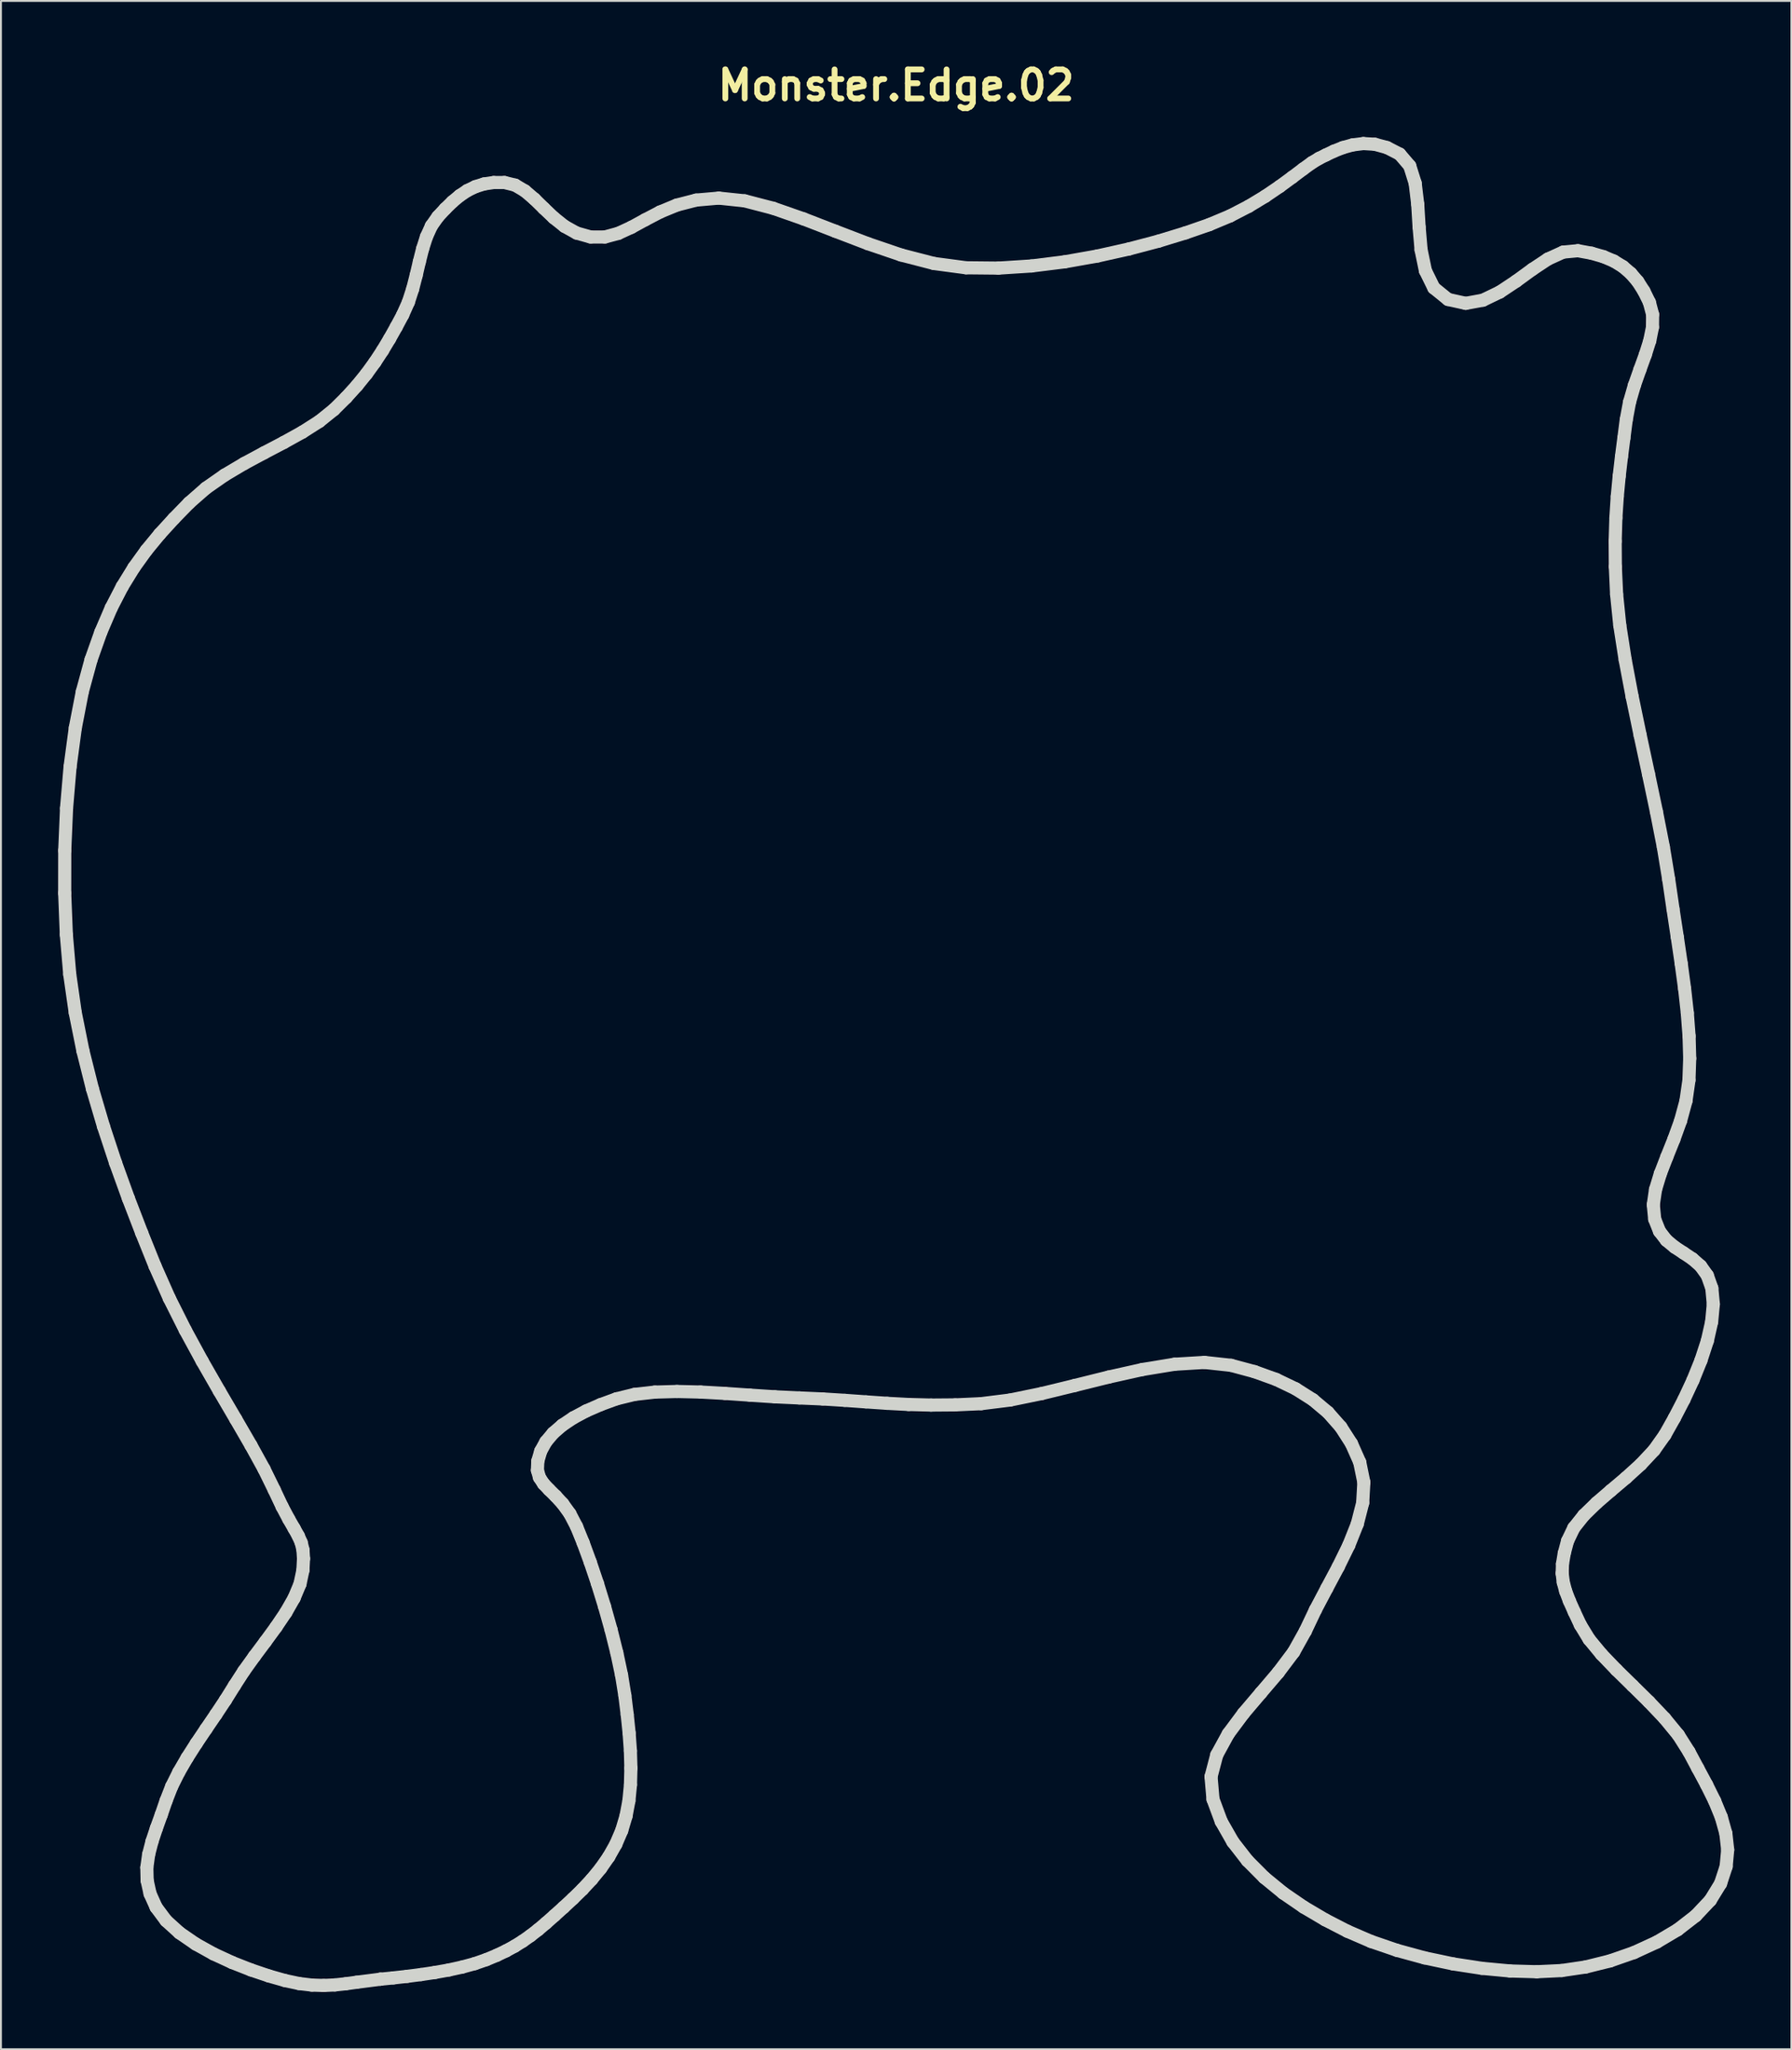
<source format=kicad_pcb>
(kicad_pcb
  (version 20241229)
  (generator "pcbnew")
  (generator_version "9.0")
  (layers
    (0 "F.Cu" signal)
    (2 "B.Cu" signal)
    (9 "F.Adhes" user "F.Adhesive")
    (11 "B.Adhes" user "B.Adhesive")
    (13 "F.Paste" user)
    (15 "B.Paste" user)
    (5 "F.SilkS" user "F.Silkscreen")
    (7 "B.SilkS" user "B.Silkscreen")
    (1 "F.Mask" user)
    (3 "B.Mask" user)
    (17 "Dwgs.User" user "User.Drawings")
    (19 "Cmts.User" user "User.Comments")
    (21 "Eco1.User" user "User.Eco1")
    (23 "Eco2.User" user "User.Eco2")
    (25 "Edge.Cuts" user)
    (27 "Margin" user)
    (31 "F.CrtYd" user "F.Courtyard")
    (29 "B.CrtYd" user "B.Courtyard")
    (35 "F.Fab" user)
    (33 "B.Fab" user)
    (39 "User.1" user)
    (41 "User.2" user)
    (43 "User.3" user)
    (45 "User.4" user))
  (footprint "Monster.Edge.02"
    (layer "F.Cu")
    (at 43.983 52.8)
    (property "Reference" "Monster.Edge.02" (at 0 -51.373 0) (layer "F.SilkS") (effects (font (size 1.524 1.524) (thickness 0.305))))
    (attr smd)
    (fp_line (start -43.638 -8.994) (end -43.551 -6.812) (stroke (width 0.689) (type solid)) (layer "Edge.Cuts"))
    (fp_line (start -43.635 -11.223) (end -43.638 -8.994) (stroke (width 0.689) (type solid)) (layer "Edge.Cuts"))
    (fp_line (start -43.551 -6.812) (end -43.372 -4.73) (stroke (width 0.689) (type solid)) (layer "Edge.Cuts"))
    (fp_line (start -43.54 -13.447) (end -43.635 -11.223) (stroke (width 0.689) (type solid)) (layer "Edge.Cuts"))
    (fp_line (start -43.372 -4.73) (end -43.083 -2.716) (stroke (width 0.689) (type solid)) (layer "Edge.Cuts"))
    (fp_line (start -43.355 -15.613) (end -43.54 -13.447) (stroke (width 0.689) (type solid)) (layer "Edge.Cuts"))
    (fp_line (start -43.083 -2.716) (end -42.679 -0.708) (stroke (width 0.689) (type solid)) (layer "Edge.Cuts"))
    (fp_line (start -43.079 -17.668) (end -43.355 -15.613) (stroke (width 0.689) (type solid)) (layer "Edge.Cuts"))
    (fp_line (start -42.712 -19.56) (end -43.079 -17.668) (stroke (width 0.689) (type solid)) (layer "Edge.Cuts"))
    (fp_line (start -42.679 -0.708) (end -42.18 1.282) (stroke (width 0.689) (type solid)) (layer "Edge.Cuts"))
    (fp_line (start -42.255 -21.236) (end -42.712 -19.56) (stroke (width 0.689) (type solid)) (layer "Edge.Cuts"))
    (fp_line (start -42.18 1.282) (end -41.602 3.243) (stroke (width 0.689) (type solid)) (layer "Edge.Cuts"))
    (fp_line (start -41.74 -22.686) (end -42.255 -21.236) (stroke (width 0.689) (type solid)) (layer "Edge.Cuts"))
    (fp_line (start -41.602 3.243) (end -40.967 5.165) (stroke (width 0.689) (type solid)) (layer "Edge.Cuts"))
    (fp_line (start -41.195 -23.956) (end -41.74 -22.686) (stroke (width 0.689) (type solid)) (layer "Edge.Cuts"))
    (fp_line (start -40.967 5.165) (end -40.291 7.035) (stroke (width 0.689) (type solid)) (layer "Edge.Cuts"))
    (fp_line (start -40.618 -25.074) (end -41.195 -23.956) (stroke (width 0.689) (type solid)) (layer "Edge.Cuts"))
    (fp_line (start -40.291 7.035) (end -39.595 8.842) (stroke (width 0.689) (type solid)) (layer "Edge.Cuts"))
    (fp_line (start -40.003 -26.073) (end -40.618 -25.074) (stroke (width 0.689) (type solid)) (layer "Edge.Cuts"))
    (fp_line (start -39.595 8.842) (end -38.897 10.577) (stroke (width 0.689) (type solid)) (layer "Edge.Cuts"))
    (fp_line (start -39.349 -26.981) (end -40.003 -26.073) (stroke (width 0.689) (type solid)) (layer "Edge.Cuts"))
    (fp_line (start -39.326 42.134) (end -39.31 42.818) (stroke (width 0.689) (type solid)) (layer "Edge.Cuts"))
    (fp_line (start -39.31 42.818) (end -39.156 43.512) (stroke (width 0.689) (type solid)) (layer "Edge.Cuts"))
    (fp_line (start -39.232 41.453) (end -39.326 42.134) (stroke (width 0.689) (type solid)) (layer "Edge.Cuts"))
    (fp_line (start -39.156 43.512) (end -38.836 44.224) (stroke (width 0.689) (type solid)) (layer "Edge.Cuts"))
    (fp_line (start -39.056 40.77) (end -39.232 41.453) (stroke (width 0.689) (type solid)) (layer "Edge.Cuts"))
    (fp_line (start -38.897 10.577) (end -38.146 12.268) (stroke (width 0.689) (type solid)) (layer "Edge.Cuts"))
    (fp_line (start -38.836 44.224) (end -38.316 44.921) (stroke (width 0.689) (type solid)) (layer "Edge.Cuts"))
    (fp_line (start -38.826 40.077) (end -39.056 40.77) (stroke (width 0.689) (type solid)) (layer "Edge.Cuts"))
    (fp_line (start -38.651 -27.828) (end -39.349 -26.981) (stroke (width 0.689) (type solid)) (layer "Edge.Cuts"))
    (fp_line (start -38.57 39.367) (end -38.826 40.077) (stroke (width 0.689) (type solid)) (layer "Edge.Cuts"))
    (fp_line (start -38.317 38.633) (end -38.57 39.367) (stroke (width 0.689) (type solid)) (layer "Edge.Cuts"))
    (fp_line (start -38.316 44.921) (end -37.609 45.562) (stroke (width 0.689) (type solid)) (layer "Edge.Cuts"))
    (fp_line (start -38.146 12.268) (end -37.307 13.939) (stroke (width 0.689) (type solid)) (layer "Edge.Cuts"))
    (fp_line (start -38.025 37.884) (end -38.317 38.633) (stroke (width 0.689) (type solid)) (layer "Edge.Cuts"))
    (fp_line (start -37.904 -28.646) (end -38.651 -27.828) (stroke (width 0.689) (type solid)) (layer "Edge.Cuts"))
    (fp_line (start -37.65 37.131) (end -38.025 37.884) (stroke (width 0.689) (type solid)) (layer "Edge.Cuts"))
    (fp_line (start -37.609 45.562) (end -36.763 46.145) (stroke (width 0.689) (type solid)) (layer "Edge.Cuts"))
    (fp_line (start -37.307 13.939) (end -36.42 15.568) (stroke (width 0.689) (type solid)) (layer "Edge.Cuts"))
    (fp_line (start -37.211 36.375) (end -37.65 37.131) (stroke (width 0.689) (type solid)) (layer "Edge.Cuts"))
    (fp_line (start -37.107 -29.464) (end -37.904 -28.646) (stroke (width 0.689) (type solid)) (layer "Edge.Cuts"))
    (fp_line (start -36.763 46.145) (end -35.825 46.666) (stroke (width 0.689) (type solid)) (layer "Edge.Cuts"))
    (fp_line (start -36.727 35.618) (end -37.211 36.375) (stroke (width 0.689) (type solid)) (layer "Edge.Cuts"))
    (fp_line (start -36.42 15.568) (end -35.523 17.133) (stroke (width 0.689) (type solid)) (layer "Edge.Cuts"))
    (fp_line (start -36.224 -30.238) (end -37.107 -29.464) (stroke (width 0.689) (type solid)) (layer "Edge.Cuts"))
    (fp_line (start -36.217 34.86) (end -36.727 35.618) (stroke (width 0.689) (type solid)) (layer "Edge.Cuts"))
    (fp_line (start -35.825 46.666) (end -34.84 47.121) (stroke (width 0.689) (type solid)) (layer "Edge.Cuts"))
    (fp_line (start -35.7 34.101) (end -36.217 34.86) (stroke (width 0.689) (type solid)) (layer "Edge.Cuts"))
    (fp_line (start -35.523 17.133) (end -34.656 18.613) (stroke (width 0.689) (type solid)) (layer "Edge.Cuts"))
    (fp_line (start -35.25 -30.918) (end -36.224 -30.238) (stroke (width 0.689) (type solid)) (layer "Edge.Cuts"))
    (fp_line (start -35.197 33.343) (end -35.7 34.101) (stroke (width 0.689) (type solid)) (layer "Edge.Cuts"))
    (fp_line (start -34.84 47.121) (end -33.856 47.508) (stroke (width 0.689) (type solid)) (layer "Edge.Cuts"))
    (fp_line (start -34.725 32.586) (end -35.197 33.343) (stroke (width 0.689) (type solid)) (layer "Edge.Cuts"))
    (fp_line (start -34.656 18.613) (end -33.86 19.986) (stroke (width 0.689) (type solid)) (layer "Edge.Cuts"))
    (fp_line (start -34.234 31.825) (end -34.725 32.586) (stroke (width 0.689) (type solid)) (layer "Edge.Cuts"))
    (fp_line (start -34.221 -31.528) (end -35.25 -30.918) (stroke (width 0.689) (type solid)) (layer "Edge.Cuts"))
    (fp_line (start -33.86 19.986) (end -33.174 21.23) (stroke (width 0.689) (type solid)) (layer "Edge.Cuts"))
    (fp_line (start -33.856 47.508) (end -32.919 47.824) (stroke (width 0.689) (type solid)) (layer "Edge.Cuts"))
    (fp_line (start -33.682 31.056) (end -34.234 31.825) (stroke (width 0.689) (type solid)) (layer "Edge.Cuts"))
    (fp_line (start -33.174 21.23) (end -32.638 22.325) (stroke (width 0.689) (type solid)) (layer "Edge.Cuts"))
    (fp_line (start -33.172 -32.092) (end -34.221 -31.528) (stroke (width 0.689) (type solid)) (layer "Edge.Cuts"))
    (fp_line (start -33.106 30.284) (end -33.682 31.056) (stroke (width 0.689) (type solid)) (layer "Edge.Cuts"))
    (fp_line (start -32.919 47.824) (end -32.076 48.064) (stroke (width 0.689) (type solid)) (layer "Edge.Cuts"))
    (fp_line (start -32.638 22.325) (end -32.224 23.203) (stroke (width 0.689) (type solid)) (layer "Edge.Cuts"))
    (fp_line (start -32.543 29.514) (end -33.106 30.284) (stroke (width 0.689) (type solid)) (layer "Edge.Cuts"))
    (fp_line (start -32.224 23.203) (end -31.876 23.857) (stroke (width 0.689) (type solid)) (layer "Edge.Cuts"))
    (fp_line (start -32.14 -32.633) (end -33.172 -32.092) (stroke (width 0.689) (type solid)) (layer "Edge.Cuts"))
    (fp_line (start -32.076 48.064) (end -31.337 48.222) (stroke (width 0.689) (type solid)) (layer "Edge.Cuts"))
    (fp_line (start -32.027 28.749) (end -32.543 29.514) (stroke (width 0.689) (type solid)) (layer "Edge.Cuts"))
    (fp_line (start -31.876 23.857) (end -31.594 24.347) (stroke (width 0.689) (type solid)) (layer "Edge.Cuts"))
    (fp_line (start -31.596 27.996) (end -32.027 28.749) (stroke (width 0.689) (type solid)) (layer "Edge.Cuts"))
    (fp_line (start -31.594 24.347) (end -31.376 24.738) (stroke (width 0.689) (type solid)) (layer "Edge.Cuts"))
    (fp_line (start -31.376 24.738) (end -31.222 25.09) (stroke (width 0.689) (type solid)) (layer "Edge.Cuts"))
    (fp_line (start -31.337 48.222) (end -30.665 48.303) (stroke (width 0.689) (type solid)) (layer "Edge.Cuts"))
    (fp_line (start -31.287 27.258) (end -31.596 27.996) (stroke (width 0.689) (type solid)) (layer "Edge.Cuts"))
    (fp_line (start -31.222 25.09) (end -31.131 25.466) (stroke (width 0.689) (type solid)) (layer "Edge.Cuts"))
    (fp_line (start -31.162 -33.176) (end -32.14 -32.633) (stroke (width 0.689) (type solid)) (layer "Edge.Cuts"))
    (fp_line (start -31.134 26.54) (end -31.287 27.258) (stroke (width 0.689) (type solid)) (layer "Edge.Cuts"))
    (fp_line (start -31.131 25.466) (end -31.102 25.928) (stroke (width 0.689) (type solid)) (layer "Edge.Cuts"))
    (fp_line (start -31.102 25.928) (end -31.134 26.54) (stroke (width 0.689) (type solid)) (layer "Edge.Cuts"))
    (fp_line (start -30.665 48.303) (end -30.045 48.323) (stroke (width 0.689) (type solid)) (layer "Edge.Cuts"))
    (fp_line (start -30.273 -33.742) (end -31.162 -33.176) (stroke (width 0.689) (type solid)) (layer "Edge.Cuts"))
    (fp_line (start -30.045 48.323) (end -29.457 48.295) (stroke (width 0.689) (type solid)) (layer "Edge.Cuts"))
    (fp_line (start -29.51 -34.356) (end -30.273 -33.742) (stroke (width 0.689) (type solid)) (layer "Edge.Cuts"))
    (fp_line (start -29.457 48.295) (end -28.884 48.233) (stroke (width 0.689) (type solid)) (layer "Edge.Cuts"))
    (fp_line (start -28.884 48.233) (end -28.307 48.153) (stroke (width 0.689) (type solid)) (layer "Edge.Cuts"))
    (fp_line (start -28.865 -34.995) (end -29.51 -34.356) (stroke (width 0.689) (type solid)) (layer "Edge.Cuts"))
    (fp_line (start -28.307 48.153) (end -27.071 47.994) (stroke (width 0.689) (type solid)) (layer "Edge.Cuts"))
    (fp_line (start -28.298 -35.621) (end -28.865 -34.995) (stroke (width 0.689) (type solid)) (layer "Edge.Cuts"))
    (fp_line (start -27.799 -36.237) (end -28.298 -35.621) (stroke (width 0.689) (type solid)) (layer "Edge.Cuts"))
    (fp_line (start -27.354 -36.85) (end -27.799 -36.237) (stroke (width 0.689) (type solid)) (layer "Edge.Cuts"))
    (fp_line (start -27.071 47.994) (end -27.071 47.994) (stroke (width 0.689) (type solid)) (layer "Edge.Cuts"))
    (fp_line (start -27.071 47.994) (end -26.386 47.925) (stroke (width 0.689) (type solid)) (layer "Edge.Cuts"))
    (fp_line (start -26.953 -37.461) (end -27.354 -36.85) (stroke (width 0.689) (type solid)) (layer "Edge.Cuts"))
    (fp_line (start -26.584 -38.076) (end -26.953 -37.461) (stroke (width 0.689) (type solid)) (layer "Edge.Cuts"))
    (fp_line (start -26.386 47.925) (end -25.67 47.845) (stroke (width 0.689) (type solid)) (layer "Edge.Cuts"))
    (fp_line (start -26.235 -38.698) (end -26.584 -38.076) (stroke (width 0.689) (type solid)) (layer "Edge.Cuts"))
    (fp_line (start -25.896 -39.331) (end -26.235 -38.698) (stroke (width 0.689) (type solid)) (layer "Edge.Cuts"))
    (fp_line (start -25.67 47.845) (end -24.937 47.751) (stroke (width 0.689) (type solid)) (layer "Edge.Cuts"))
    (fp_line (start -25.599 -39.995) (end -25.896 -39.331) (stroke (width 0.689) (type solid)) (layer "Edge.Cuts"))
    (fp_line (start -25.372 -40.693) (end -25.599 -39.995) (stroke (width 0.689) (type solid)) (layer "Edge.Cuts"))
    (fp_line (start -25.189 -41.405) (end -25.372 -40.693) (stroke (width 0.689) (type solid)) (layer "Edge.Cuts"))
    (fp_line (start -25.024 -42.111) (end -25.189 -41.405) (stroke (width 0.689) (type solid)) (layer "Edge.Cuts"))
    (fp_line (start -24.937 47.751) (end -24.201 47.641) (stroke (width 0.689) (type solid)) (layer "Edge.Cuts"))
    (fp_line (start -24.853 -42.791) (end -25.024 -42.111) (stroke (width 0.689) (type solid)) (layer "Edge.Cuts"))
    (fp_line (start -24.65 -43.426) (end -24.853 -42.791) (stroke (width 0.689) (type solid)) (layer "Edge.Cuts"))
    (fp_line (start -24.391 -43.996) (end -24.65 -43.426) (stroke (width 0.689) (type solid)) (layer "Edge.Cuts"))
    (fp_line (start -24.201 47.641) (end -23.476 47.511) (stroke (width 0.689) (type solid)) (layer "Edge.Cuts"))
    (fp_line (start -24.05 -44.48) (end -24.391 -43.996) (stroke (width 0.689) (type solid)) (layer "Edge.Cuts"))
    (fp_line (start -23.666 -44.894) (end -24.05 -44.48) (stroke (width 0.689) (type solid)) (layer "Edge.Cuts"))
    (fp_line (start -23.476 47.511) (end -22.776 47.357) (stroke (width 0.689) (type solid)) (layer "Edge.Cuts"))
    (fp_line (start -23.288 -45.263) (end -23.666 -44.894) (stroke (width 0.689) (type solid)) (layer "Edge.Cuts"))
    (fp_line (start -22.905 -45.583) (end -23.288 -45.263) (stroke (width 0.689) (type solid)) (layer "Edge.Cuts"))
    (fp_line (start -22.776 47.357) (end -22.115 47.177) (stroke (width 0.689) (type solid)) (layer "Edge.Cuts"))
    (fp_line (start -22.508 -45.849) (end -22.905 -45.583) (stroke (width 0.689) (type solid)) (layer "Edge.Cuts"))
    (fp_line (start -22.115 47.177) (end -21.508 46.967) (stroke (width 0.689) (type solid)) (layer "Edge.Cuts"))
    (fp_line (start -22.084 -46.055) (end -22.508 -45.849) (stroke (width 0.689) (type solid)) (layer "Edge.Cuts"))
    (fp_line (start -21.625 -46.199) (end -22.084 -46.055) (stroke (width 0.689) (type solid)) (layer "Edge.Cuts"))
    (fp_line (start -21.508 46.967) (end -20.964 46.741) (stroke (width 0.689) (type solid)) (layer "Edge.Cuts"))
    (fp_line (start -21.12 -46.274) (end -21.625 -46.199) (stroke (width 0.689) (type solid)) (layer "Edge.Cuts"))
    (fp_line (start -20.964 46.741) (end -20.475 46.508) (stroke (width 0.689) (type solid)) (layer "Edge.Cuts"))
    (fp_line (start -20.558 -46.275) (end -21.12 -46.274) (stroke (width 0.689) (type solid)) (layer "Edge.Cuts"))
    (fp_line (start -20.475 46.508) (end -20.026 46.264) (stroke (width 0.689) (type solid)) (layer "Edge.Cuts"))
    (fp_line (start -20.026 46.264) (end -19.606 46.002) (stroke (width 0.689) (type solid)) (layer "Edge.Cuts"))
    (fp_line (start -19.996 -46.137) (end -20.558 -46.275) (stroke (width 0.689) (type solid)) (layer "Edge.Cuts"))
    (fp_line (start -19.606 46.002) (end -19.199 45.716) (stroke (width 0.689) (type solid)) (layer "Edge.Cuts"))
    (fp_line (start -19.479 -45.83) (end -19.996 -46.137) (stroke (width 0.689) (type solid)) (layer "Edge.Cuts"))
    (fp_line (start -19.199 45.716) (end -18.794 45.401) (stroke (width 0.689) (type solid)) (layer "Edge.Cuts"))
    (fp_line (start -18.984 -45.407) (end -19.479 -45.83) (stroke (width 0.689) (type solid)) (layer "Edge.Cuts"))
    (fp_line (start -18.825 21.292) (end -18.805 20.811) (stroke (width 0.689) (type solid)) (layer "Edge.Cuts"))
    (fp_line (start -18.805 20.811) (end -18.652 20.286) (stroke (width 0.689) (type solid)) (layer "Edge.Cuts"))
    (fp_line (start -18.794 45.401) (end -18.376 45.049) (stroke (width 0.689) (type solid)) (layer "Edge.Cuts"))
    (fp_line (start -18.716 21.674) (end -18.825 21.292) (stroke (width 0.689) (type solid)) (layer "Edge.Cuts"))
    (fp_line (start -18.652 20.286) (end -18.383 19.798) (stroke (width 0.689) (type solid)) (layer "Edge.Cuts"))
    (fp_line (start -18.503 21.999) (end -18.716 21.674) (stroke (width 0.689) (type solid)) (layer "Edge.Cuts"))
    (fp_line (start -18.489 -44.922) (end -18.984 -45.407) (stroke (width 0.689) (type solid)) (layer "Edge.Cuts"))
    (fp_line (start -18.383 19.798) (end -18.004 19.345) (stroke (width 0.689) (type solid)) (layer "Edge.Cuts"))
    (fp_line (start -18.376 45.049) (end -17.932 44.655) (stroke (width 0.689) (type solid)) (layer "Edge.Cuts"))
    (fp_line (start -18.212 22.308) (end -18.503 21.999) (stroke (width 0.689) (type solid)) (layer "Edge.Cuts"))
    (fp_line (start -18.004 19.345) (end -17.52 18.926) (stroke (width 0.689) (type solid)) (layer "Edge.Cuts"))
    (fp_line (start -17.969 -44.427) (end -18.489 -44.922) (stroke (width 0.689) (type solid)) (layer "Edge.Cuts"))
    (fp_line (start -17.932 44.655) (end -17.456 44.225) (stroke (width 0.689) (type solid)) (layer "Edge.Cuts"))
    (fp_line (start -17.868 22.646) (end -18.212 22.308) (stroke (width 0.689) (type solid)) (layer "Edge.Cuts"))
    (fp_line (start -17.52 18.926) (end -16.94 18.538) (stroke (width 0.689) (type solid)) (layer "Edge.Cuts"))
    (fp_line (start -17.496 23.052) (end -17.868 22.646) (stroke (width 0.689) (type solid)) (layer "Edge.Cuts"))
    (fp_line (start -17.456 44.225) (end -16.962 43.767) (stroke (width 0.689) (type solid)) (layer "Edge.Cuts"))
    (fp_line (start -17.403 -43.976) (end -17.969 -44.427) (stroke (width 0.689) (type solid)) (layer "Edge.Cuts"))
    (fp_line (start -17.123 23.57) (end -17.496 23.052) (stroke (width 0.689) (type solid)) (layer "Edge.Cuts"))
    (fp_line (start -16.962 43.767) (end -16.463 43.278) (stroke (width 0.689) (type solid)) (layer "Edge.Cuts"))
    (fp_line (start -16.94 18.538) (end -16.267 18.179) (stroke (width 0.689) (type solid)) (layer "Edge.Cuts"))
    (fp_line (start -16.772 24.242) (end -17.123 23.57) (stroke (width 0.689) (type solid)) (layer "Edge.Cuts"))
    (fp_line (start -16.765 -43.621) (end -17.403 -43.976) (stroke (width 0.689) (type solid)) (layer "Edge.Cuts"))
    (fp_line (start -16.463 43.278) (end -15.974 42.751) (stroke (width 0.689) (type solid)) (layer "Edge.Cuts"))
    (fp_line (start -16.425 25.096) (end -16.772 24.242) (stroke (width 0.689) (type solid)) (layer "Edge.Cuts"))
    (fp_line (start -16.267 18.179) (end -15.509 17.848) (stroke (width 0.689) (type solid)) (layer "Edge.Cuts"))
    (fp_line (start -16.054 26.108) (end -16.425 25.096) (stroke (width 0.689) (type solid)) (layer "Edge.Cuts"))
    (fp_line (start -16.034 -43.416) (end -16.765 -43.621) (stroke (width 0.689) (type solid)) (layer "Edge.Cuts"))
    (fp_line (start -15.974 42.751) (end -15.509 42.184) (stroke (width 0.689) (type solid)) (layer "Edge.Cuts"))
    (fp_line (start -15.675 27.233) (end -16.054 26.108) (stroke (width 0.689) (type solid)) (layer "Edge.Cuts"))
    (fp_line (start -15.509 17.848) (end -14.672 17.542) (stroke (width 0.689) (type solid)) (layer "Edge.Cuts"))
    (fp_line (start -15.509 42.184) (end -15.083 41.572) (stroke (width 0.689) (type solid)) (layer "Edge.Cuts"))
    (fp_line (start -15.305 28.432) (end -15.675 27.233) (stroke (width 0.689) (type solid)) (layer "Edge.Cuts"))
    (fp_line (start -15.284 -43.416) (end -16.034 -43.416) (stroke (width 0.689) (type solid)) (layer "Edge.Cuts"))
    (fp_line (start -15.083 41.572) (end -14.709 40.912) (stroke (width 0.689) (type solid)) (layer "Edge.Cuts"))
    (fp_line (start -14.96 29.661) (end -15.305 28.432) (stroke (width 0.689) (type solid)) (layer "Edge.Cuts"))
    (fp_line (start -14.709 40.912) (end -14.402 40.197) (stroke (width 0.689) (type solid)) (layer "Edge.Cuts"))
    (fp_line (start -14.672 17.542) (end -13.728 17.311) (stroke (width 0.689) (type solid)) (layer "Edge.Cuts"))
    (fp_line (start -14.656 30.878) (end -14.96 29.661) (stroke (width 0.689) (type solid)) (layer "Edge.Cuts"))
    (fp_line (start -14.581 -43.606) (end -15.284 -43.416) (stroke (width 0.689) (type solid)) (layer "Edge.Cuts"))
    (fp_line (start -14.409 32.043) (end -14.656 30.878) (stroke (width 0.689) (type solid)) (layer "Edge.Cuts"))
    (fp_line (start -14.402 40.197) (end -14.175 39.435) (stroke (width 0.689) (type solid)) (layer "Edge.Cuts"))
    (fp_line (start -14.236 33.112) (end -14.409 32.043) (stroke (width 0.689) (type solid)) (layer "Edge.Cuts"))
    (fp_line (start -14.175 39.435) (end -14.024 38.633) (stroke (width 0.689) (type solid)) (layer "Edge.Cuts"))
    (fp_line (start -14.113 34.107) (end -14.236 33.112) (stroke (width 0.689) (type solid)) (layer "Edge.Cuts"))
    (fp_line (start -14.024 38.633) (end -13.942 37.794) (stroke (width 0.689) (type solid)) (layer "Edge.Cuts"))
    (fp_line (start -14.013 35.074) (end -14.113 34.107) (stroke (width 0.689) (type solid)) (layer "Edge.Cuts"))
    (fp_line (start -13.945 36.013) (end -14.013 35.074) (stroke (width 0.689) (type solid)) (layer "Edge.Cuts"))
    (fp_line (start -13.942 37.794) (end -13.919 36.92) (stroke (width 0.689) (type solid)) (layer "Edge.Cuts"))
    (fp_line (start -13.919 36.92) (end -13.945 36.013) (stroke (width 0.689) (type solid)) (layer "Edge.Cuts"))
    (fp_line (start -13.888 -43.926) (end -14.581 -43.606) (stroke (width 0.689) (type solid)) (layer "Edge.Cuts"))
    (fp_line (start -13.728 17.311) (end -12.663 17.19) (stroke (width 0.689) (type solid)) (layer "Edge.Cuts"))
    (fp_line (start -13.17 -44.318) (end -13.888 -43.926) (stroke (width 0.689) (type solid)) (layer "Edge.Cuts"))
    (fp_line (start -12.663 17.19) (end -11.501 17.157) (stroke (width 0.689) (type solid)) (layer "Edge.Cuts"))
    (fp_line (start -12.389 -44.726) (end -13.17 -44.318) (stroke (width 0.689) (type solid)) (layer "Edge.Cuts"))
    (fp_line (start -11.509 -45.09) (end -12.389 -44.726) (stroke (width 0.689) (type solid)) (layer "Edge.Cuts"))
    (fp_line (start -11.501 17.157) (end -10.266 17.187) (stroke (width 0.689) (type solid)) (layer "Edge.Cuts"))
    (fp_line (start -10.493 -45.352) (end -11.509 -45.09) (stroke (width 0.689) (type solid)) (layer "Edge.Cuts"))
    (fp_line (start -10.266 17.187) (end -8.982 17.259) (stroke (width 0.689) (type solid)) (layer "Edge.Cuts"))
    (fp_line (start -9.306 -45.456) (end -10.493 -45.352) (stroke (width 0.689) (type solid)) (layer "Edge.Cuts"))
    (fp_line (start -8.982 17.259) (end -7.673 17.35) (stroke (width 0.689) (type solid)) (layer "Edge.Cuts"))
    (fp_line (start -7.947 -45.312) (end -9.306 -45.456) (stroke (width 0.689) (type solid)) (layer "Edge.Cuts"))
    (fp_line (start -7.673 17.35) (end -6.363 17.437) (stroke (width 0.689) (type solid)) (layer "Edge.Cuts"))
    (fp_line (start -6.455 -44.923) (end -7.947 -45.312) (stroke (width 0.689) (type solid)) (layer "Edge.Cuts"))
    (fp_line (start -6.363 17.437) (end -5.076 17.497) (stroke (width 0.689) (type solid)) (layer "Edge.Cuts"))
    (fp_line (start -5.076 17.497) (end -3.852 17.55) (stroke (width 0.689) (type solid)) (layer "Edge.Cuts"))
    (fp_line (start -4.86 -44.366) (end -6.455 -44.923) (stroke (width 0.689) (type solid)) (layer "Edge.Cuts"))
    (fp_line (start -3.852 17.55) (end -2.696 17.623) (stroke (width 0.689) (type solid)) (layer "Edge.Cuts"))
    (fp_line (start -3.19 -43.72) (end -4.86 -44.366) (stroke (width 0.689) (type solid)) (layer "Edge.Cuts"))
    (fp_line (start -2.696 17.623) (end -1.58 17.703) (stroke (width 0.689) (type solid)) (layer "Edge.Cuts"))
    (fp_line (start -1.58 17.703) (end -0.472 17.779) (stroke (width 0.689) (type solid)) (layer "Edge.Cuts"))
    (fp_line (start -1.473 -43.063) (end -3.19 -43.72) (stroke (width 0.689) (type solid)) (layer "Edge.Cuts"))
    (fp_line (start -0.472 17.779) (end 0.657 17.839) (stroke (width 0.689) (type solid)) (layer "Edge.Cuts"))
    (fp_line (start 0.262 -42.472) (end -1.473 -43.063) (stroke (width 0.689) (type solid)) (layer "Edge.Cuts"))
    (fp_line (start 0.657 17.839) (end 1.836 17.87) (stroke (width 0.689) (type solid)) (layer "Edge.Cuts"))
    (fp_line (start 1.836 17.87) (end 3.095 17.86) (stroke (width 0.689) (type solid)) (layer "Edge.Cuts"))
    (fp_line (start 1.988 -42.025) (end 0.262 -42.472) (stroke (width 0.689) (type solid)) (layer "Edge.Cuts"))
    (fp_line (start 3.095 17.86) (end 4.464 17.797) (stroke (width 0.689) (type solid)) (layer "Edge.Cuts"))
    (fp_line (start 3.676 -41.8) (end 1.988 -42.025) (stroke (width 0.689) (type solid)) (layer "Edge.Cuts"))
    (fp_line (start 4.464 17.797) (end 5.984 17.607) (stroke (width 0.689) (type solid)) (layer "Edge.Cuts"))
    (fp_line (start 5.37 -41.783) (end 3.676 -41.8) (stroke (width 0.689) (type solid)) (layer "Edge.Cuts"))
    (fp_line (start 5.984 17.607) (end 7.642 17.266) (stroke (width 0.689) (type solid)) (layer "Edge.Cuts"))
    (fp_line (start 7.107 -41.895) (end 5.37 -41.783) (stroke (width 0.689) (type solid)) (layer "Edge.Cuts"))
    (fp_line (start 7.642 17.266) (end 9.386 16.841) (stroke (width 0.689) (type solid)) (layer "Edge.Cuts"))
    (fp_line (start 8.852 -42.113) (end 7.107 -41.895) (stroke (width 0.689) (type solid)) (layer "Edge.Cuts"))
    (fp_line (start 9.386 16.841) (end 11.164 16.399) (stroke (width 0.689) (type solid)) (layer "Edge.Cuts"))
    (fp_line (start 10.568 -42.418) (end 8.852 -42.113) (stroke (width 0.689) (type solid)) (layer "Edge.Cuts"))
    (fp_line (start 11.164 16.399) (end 12.925 16.006) (stroke (width 0.689) (type solid)) (layer "Edge.Cuts"))
    (fp_line (start 12.22 -42.786) (end 10.568 -42.418) (stroke (width 0.689) (type solid)) (layer "Edge.Cuts"))
    (fp_line (start 12.925 16.006) (end 14.616 15.728) (stroke (width 0.689) (type solid)) (layer "Edge.Cuts"))
    (fp_line (start 13.773 -43.197) (end 12.22 -42.786) (stroke (width 0.689) (type solid)) (layer "Edge.Cuts"))
    (fp_line (start 14.616 15.728) (end 16.185 15.632) (stroke (width 0.689) (type solid)) (layer "Edge.Cuts"))
    (fp_line (start 15.189 -43.63) (end 13.773 -43.197) (stroke (width 0.689) (type solid)) (layer "Edge.Cuts"))
    (fp_line (start 16.185 15.632) (end 17.58 15.785) (stroke (width 0.689) (type solid)) (layer "Edge.Cuts"))
    (fp_line (start 16.434 -44.062) (end 15.189 -43.63) (stroke (width 0.689) (type solid)) (layer "Edge.Cuts"))
    (fp_line (start 16.53 37.367) (end 16.633 38.553) (stroke (width 0.689) (type solid)) (layer "Edge.Cuts"))
    (fp_line (start 16.633 38.553) (end 17.066 39.718) (stroke (width 0.689) (type solid)) (layer "Edge.Cuts"))
    (fp_line (start 16.83 36.226) (end 16.53 37.367) (stroke (width 0.689) (type solid)) (layer "Edge.Cuts"))
    (fp_line (start 17.066 39.718) (end 17.676 40.788) (stroke (width 0.689) (type solid)) (layer "Edge.Cuts"))
    (fp_line (start 17.434 35.121) (end 16.83 36.226) (stroke (width 0.689) (type solid)) (layer "Edge.Cuts"))
    (fp_line (start 17.524 -44.519) (end 16.434 -44.062) (stroke (width 0.689) (type solid)) (layer "Edge.Cuts"))
    (fp_line (start 17.58 15.785) (end 18.818 16.119) (stroke (width 0.689) (type solid)) (layer "Edge.Cuts"))
    (fp_line (start 17.676 40.788) (end 18.438 41.768) (stroke (width 0.689) (type solid)) (layer "Edge.Cuts"))
    (fp_line (start 18.239 34.04) (end 17.434 35.121) (stroke (width 0.689) (type solid)) (layer "Edge.Cuts"))
    (fp_line (start 18.438 41.768) (end 19.328 42.662) (stroke (width 0.689) (type solid)) (layer "Edge.Cuts"))
    (fp_line (start 18.502 -45.024) (end 17.524 -44.519) (stroke (width 0.689) (type solid)) (layer "Edge.Cuts"))
    (fp_line (start 18.818 16.119) (end 19.947 16.526) (stroke (width 0.689) (type solid)) (layer "Edge.Cuts"))
    (fp_line (start 19.147 32.971) (end 18.239 34.04) (stroke (width 0.689) (type solid)) (layer "Edge.Cuts"))
    (fp_line (start 19.328 42.662) (end 20.322 43.475) (stroke (width 0.689) (type solid)) (layer "Edge.Cuts"))
    (fp_line (start 19.371 -45.549) (end 18.502 -45.024) (stroke (width 0.689) (type solid)) (layer "Edge.Cuts"))
    (fp_line (start 19.947 16.526) (end 20.967 17.015) (stroke (width 0.689) (type solid)) (layer "Edge.Cuts"))
    (fp_line (start 20.056 31.905) (end 19.147 32.971) (stroke (width 0.689) (type solid)) (layer "Edge.Cuts"))
    (fp_line (start 20.135 -46.068) (end 19.371 -45.549) (stroke (width 0.689) (type solid)) (layer "Edge.Cuts"))
    (fp_line (start 20.322 43.475) (end 21.396 44.212) (stroke (width 0.689) (type solid)) (layer "Edge.Cuts"))
    (fp_line (start 20.796 -46.553) (end 20.135 -46.068) (stroke (width 0.689) (type solid)) (layer "Edge.Cuts"))
    (fp_line (start 20.867 30.828) (end 20.056 31.905) (stroke (width 0.689) (type solid)) (layer "Edge.Cuts"))
    (fp_line (start 20.967 17.015) (end 21.874 17.589) (stroke (width 0.689) (type solid)) (layer "Edge.Cuts"))
    (fp_line (start 21.359 -46.977) (end 20.796 -46.553) (stroke (width 0.689) (type solid)) (layer "Edge.Cuts"))
    (fp_line (start 21.396 44.212) (end 22.524 44.878) (stroke (width 0.689) (type solid)) (layer "Edge.Cuts"))
    (fp_line (start 21.479 29.732) (end 20.867 30.828) (stroke (width 0.689) (type solid)) (layer "Edge.Cuts"))
    (fp_line (start 21.825 -47.315) (end 21.359 -46.977) (stroke (width 0.689) (type solid)) (layer "Edge.Cuts"))
    (fp_line (start 21.874 17.589) (end 22.667 18.255) (stroke (width 0.689) (type solid)) (layer "Edge.Cuts"))
    (fp_line (start 22.01 28.614) (end 21.479 29.732) (stroke (width 0.689) (type solid)) (layer "Edge.Cuts"))
    (fp_line (start 22.2 -47.54) (end 21.825 -47.315) (stroke (width 0.689) (type solid)) (layer "Edge.Cuts"))
    (fp_line (start 22.524 44.878) (end 23.685 45.476) (stroke (width 0.689) (type solid)) (layer "Edge.Cuts"))
    (fp_line (start 22.559 -47.718) (end 22.2 -47.54) (stroke (width 0.689) (type solid)) (layer "Edge.Cuts"))
    (fp_line (start 22.605 27.486) (end 22.01 28.614) (stroke (width 0.689) (type solid)) (layer "Edge.Cuts"))
    (fp_line (start 22.667 18.255) (end 23.342 19.02) (stroke (width 0.689) (type solid)) (layer "Edge.Cuts"))
    (fp_line (start 22.976 -47.917) (end 22.559 -47.718) (stroke (width 0.689) (type solid)) (layer "Edge.Cuts"))
    (fp_line (start 23.208 26.354) (end 22.605 27.486) (stroke (width 0.689) (type solid)) (layer "Edge.Cuts"))
    (fp_line (start 23.342 19.02) (end 23.899 19.889) (stroke (width 0.689) (type solid)) (layer "Edge.Cuts"))
    (fp_line (start 23.446 -48.104) (end 22.976 -47.917) (stroke (width 0.689) (type solid)) (layer "Edge.Cuts"))
    (fp_line (start 23.685 45.476) (end 24.927 46.012) (stroke (width 0.689) (type solid)) (layer "Edge.Cuts"))
    (fp_line (start 23.761 25.226) (end 23.208 26.354) (stroke (width 0.689) (type solid)) (layer "Edge.Cuts"))
    (fp_line (start 23.899 19.889) (end 24.335 20.869) (stroke (width 0.689) (type solid)) (layer "Edge.Cuts"))
    (fp_line (start 23.965 -48.248) (end 23.446 -48.104) (stroke (width 0.689) (type solid)) (layer "Edge.Cuts"))
    (fp_line (start 24.207 24.107) (end 23.761 25.226) (stroke (width 0.689) (type solid)) (layer "Edge.Cuts"))
    (fp_line (start 24.335 20.869) (end 24.551 21.922) (stroke (width 0.689) (type solid)) (layer "Edge.Cuts"))
    (fp_line (start 24.49 23.003) (end 24.207 24.107) (stroke (width 0.689) (type solid)) (layer "Edge.Cuts"))
    (fp_line (start 24.527 -48.318) (end 23.965 -48.248) (stroke (width 0.689) (type solid)) (layer "Edge.Cuts"))
    (fp_line (start 24.551 21.922) (end 24.49 23.003) (stroke (width 0.689) (type solid)) (layer "Edge.Cuts"))
    (fp_line (start 24.927 46.012) (end 26.292 46.48) (stroke (width 0.689) (type solid)) (layer "Edge.Cuts"))
    (fp_line (start 25.129 -48.281) (end 24.527 -48.318) (stroke (width 0.689) (type solid)) (layer "Edge.Cuts"))
    (fp_line (start 25.765 -48.107) (end 25.129 -48.281) (stroke (width 0.689) (type solid)) (layer "Edge.Cuts"))
    (fp_line (start 26.292 46.48) (end 27.742 46.876) (stroke (width 0.689) (type solid)) (layer "Edge.Cuts"))
    (fp_line (start 26.432 -47.764) (end 25.765 -48.107) (stroke (width 0.689) (type solid)) (layer "Edge.Cuts"))
    (fp_line (start 26.96 -47.147) (end 26.432 -47.764) (stroke (width 0.689) (type solid)) (layer "Edge.Cuts"))
    (fp_line (start 27.245 -46.239) (end 26.96 -47.147) (stroke (width 0.689) (type solid)) (layer "Edge.Cuts"))
    (fp_line (start 27.378 -45.136) (end 27.245 -46.239) (stroke (width 0.689) (type solid)) (layer "Edge.Cuts"))
    (fp_line (start 27.451 -43.938) (end 27.378 -45.136) (stroke (width 0.689) (type solid)) (layer "Edge.Cuts"))
    (fp_line (start 27.555 -42.742) (end 27.451 -43.938) (stroke (width 0.689) (type solid)) (layer "Edge.Cuts"))
    (fp_line (start 27.742 46.876) (end 29.238 47.192) (stroke (width 0.689) (type solid)) (layer "Edge.Cuts"))
    (fp_line (start 27.783 -41.644) (end 27.555 -42.742) (stroke (width 0.689) (type solid)) (layer "Edge.Cuts"))
    (fp_line (start 28.225 -40.744) (end 27.783 -41.644) (stroke (width 0.689) (type solid)) (layer "Edge.Cuts"))
    (fp_line (start 28.973 -40.138) (end 28.225 -40.744) (stroke (width 0.689) (type solid)) (layer "Edge.Cuts"))
    (fp_line (start 29.238 47.192) (end 30.744 47.423) (stroke (width 0.689) (type solid)) (layer "Edge.Cuts"))
    (fp_line (start 29.897 -39.934) (end 28.973 -40.138) (stroke (width 0.689) (type solid)) (layer "Edge.Cuts"))
    (fp_line (start 30.744 47.423) (end 32.22 47.562) (stroke (width 0.689) (type solid)) (layer "Edge.Cuts"))
    (fp_line (start 30.801 -40.1) (end 29.897 -39.934) (stroke (width 0.689) (type solid)) (layer "Edge.Cuts"))
    (fp_line (start 31.686 -40.526) (end 30.801 -40.1) (stroke (width 0.689) (type solid)) (layer "Edge.Cuts"))
    (fp_line (start 32.22 47.562) (end 33.629 47.603) (stroke (width 0.689) (type solid)) (layer "Edge.Cuts"))
    (fp_line (start 32.551 -41.101) (end 31.686 -40.526) (stroke (width 0.689) (type solid)) (layer "Edge.Cuts"))
    (fp_line (start 33.394 -41.716) (end 32.551 -41.101) (stroke (width 0.689) (type solid)) (layer "Edge.Cuts"))
    (fp_line (start 33.629 47.603) (end 34.932 47.54) (stroke (width 0.689) (type solid)) (layer "Edge.Cuts"))
    (fp_line (start 34.215 -42.26) (end 33.394 -41.716) (stroke (width 0.689) (type solid)) (layer "Edge.Cuts"))
    (fp_line (start 34.932 47.54) (end 36.193 47.353) (stroke (width 0.689) (type solid)) (layer "Edge.Cuts"))
    (fp_line (start 34.961 26.699) (end 34.977 26.203) (stroke (width 0.689) (type solid)) (layer "Edge.Cuts"))
    (fp_line (start 34.977 26.203) (end 35.07 25.648) (stroke (width 0.689) (type solid)) (layer "Edge.Cuts"))
    (fp_line (start 35.013 -42.623) (end 34.215 -42.26) (stroke (width 0.689) (type solid)) (layer "Edge.Cuts"))
    (fp_line (start 35.018 27.167) (end 34.961 26.699) (stroke (width 0.689) (type solid)) (layer "Edge.Cuts"))
    (fp_line (start 35.07 25.648) (end 35.242 25.001) (stroke (width 0.689) (type solid)) (layer "Edge.Cuts"))
    (fp_line (start 35.145 27.64) (end 35.018 27.167) (stroke (width 0.689) (type solid)) (layer "Edge.Cuts"))
    (fp_line (start 35.242 25.001) (end 35.571 24.315) (stroke (width 0.689) (type solid)) (layer "Edge.Cuts"))
    (fp_line (start 35.34 28.15) (end 35.145 27.64) (stroke (width 0.689) (type solid)) (layer "Edge.Cuts"))
    (fp_line (start 35.571 24.315) (end 36.097 23.654) (stroke (width 0.689) (type solid)) (layer "Edge.Cuts"))
    (fp_line (start 35.598 28.728) (end 35.34 28.15) (stroke (width 0.689) (type solid)) (layer "Edge.Cuts"))
    (fp_line (start 35.786 -42.695) (end 35.013 -42.623) (stroke (width 0.689) (type solid)) (layer "Edge.Cuts"))
    (fp_line (start 35.916 29.406) (end 35.598 28.728) (stroke (width 0.689) (type solid)) (layer "Edge.Cuts"))
    (fp_line (start 36.097 23.654) (end 36.764 23.006) (stroke (width 0.689) (type solid)) (layer "Edge.Cuts"))
    (fp_line (start 36.193 47.353) (end 37.473 47.035) (stroke (width 0.689) (type solid)) (layer "Edge.Cuts"))
    (fp_line (start 36.377 30.162) (end 35.916 29.406) (stroke (width 0.689) (type solid)) (layer "Edge.Cuts"))
    (fp_line (start 36.501 -42.564) (end 35.786 -42.695) (stroke (width 0.689) (type solid)) (layer "Edge.Cuts"))
    (fp_line (start 36.764 23.006) (end 37.52 22.354) (stroke (width 0.689) (type solid)) (layer "Edge.Cuts"))
    (fp_line (start 37.026 30.948) (end 36.377 30.162) (stroke (width 0.689) (type solid)) (layer "Edge.Cuts"))
    (fp_line (start 37.126 -42.384) (end 36.501 -42.564) (stroke (width 0.689) (type solid)) (layer "Edge.Cuts"))
    (fp_line (start 37.473 47.035) (end 38.732 46.595) (stroke (width 0.689) (type solid)) (layer "Edge.Cuts"))
    (fp_line (start 37.52 22.354) (end 38.311 21.686) (stroke (width 0.689) (type solid)) (layer "Edge.Cuts"))
    (fp_line (start 37.673 -42.152) (end 37.126 -42.384) (stroke (width 0.689) (type solid)) (layer "Edge.Cuts"))
    (fp_line (start 37.742 -27.448) (end 37.779 -28.671) (stroke (width 0.689) (type solid)) (layer "Edge.Cuts"))
    (fp_line (start 37.751 -26.121) (end 37.742 -27.448) (stroke (width 0.689) (type solid)) (layer "Edge.Cuts"))
    (fp_line (start 37.779 -28.671) (end 37.853 -29.807) (stroke (width 0.689) (type solid)) (layer "Edge.Cuts"))
    (fp_line (start 37.806 31.76) (end 37.026 30.948) (stroke (width 0.689) (type solid)) (layer "Edge.Cuts"))
    (fp_line (start 37.817 -24.672) (end 37.751 -26.121) (stroke (width 0.689) (type solid)) (layer "Edge.Cuts"))
    (fp_line (start 37.853 -29.807) (end 37.954 -30.873) (stroke (width 0.689) (type solid)) (layer "Edge.Cuts"))
    (fp_line (start 37.954 -30.873) (end 38.073 -31.887) (stroke (width 0.689) (type solid)) (layer "Edge.Cuts"))
    (fp_line (start 37.984 -23.044) (end 37.817 -24.672) (stroke (width 0.689) (type solid)) (layer "Edge.Cuts"))
    (fp_line (start 38.073 -31.887) (end 38.199 -32.865) (stroke (width 0.689) (type solid)) (layer "Edge.Cuts"))
    (fp_line (start 38.149 -41.86) (end 37.673 -42.152) (stroke (width 0.689) (type solid)) (layer "Edge.Cuts"))
    (fp_line (start 38.199 -32.865) (end 38.323 -33.825) (stroke (width 0.689) (type solid)) (layer "Edge.Cuts"))
    (fp_line (start 38.268 -21.228) (end 37.984 -23.044) (stroke (width 0.689) (type solid)) (layer "Edge.Cuts"))
    (fp_line (start 38.311 21.686) (end 39.082 20.986) (stroke (width 0.689) (type solid)) (layer "Edge.Cuts"))
    (fp_line (start 38.323 -33.825) (end 38.497 -34.755) (stroke (width 0.689) (type solid)) (layer "Edge.Cuts"))
    (fp_line (start 38.497 -34.755) (end 38.75 -35.63) (stroke (width 0.689) (type solid)) (layer "Edge.Cuts"))
    (fp_line (start 38.564 -41.504) (end 38.149 -41.86) (stroke (width 0.689) (type solid)) (layer "Edge.Cuts"))
    (fp_line (start 38.636 -19.285) (end 38.268 -21.228) (stroke (width 0.689) (type solid)) (layer "Edge.Cuts"))
    (fp_line (start 38.657 32.594) (end 37.806 31.76) (stroke (width 0.689) (type solid)) (layer "Edge.Cuts"))
    (fp_line (start 38.732 46.595) (end 39.929 46.046) (stroke (width 0.689) (type solid)) (layer "Edge.Cuts"))
    (fp_line (start 38.75 -35.63) (end 39.04 -36.456) (stroke (width 0.689) (type solid)) (layer "Edge.Cuts"))
    (fp_line (start 38.928 -41.078) (end 38.564 -41.504) (stroke (width 0.689) (type solid)) (layer "Edge.Cuts"))
    (fp_line (start 39.04 -36.456) (end 39.324 -37.237) (stroke (width 0.689) (type solid)) (layer "Edge.Cuts"))
    (fp_line (start 39.054 -17.272) (end 38.636 -19.285) (stroke (width 0.689) (type solid)) (layer "Edge.Cuts"))
    (fp_line (start 39.082 20.986) (end 39.781 20.24) (stroke (width 0.689) (type solid)) (layer "Edge.Cuts"))
    (fp_line (start 39.249 -40.575) (end 38.928 -41.078) (stroke (width 0.689) (type solid)) (layer "Edge.Cuts"))
    (fp_line (start 39.324 -37.237) (end 39.558 -37.977) (stroke (width 0.689) (type solid)) (layer "Edge.Cuts"))
    (fp_line (start 39.489 -15.249) (end 39.054 -17.272) (stroke (width 0.689) (type solid)) (layer "Edge.Cuts"))
    (fp_line (start 39.521 33.445) (end 38.657 32.594) (stroke (width 0.689) (type solid)) (layer "Edge.Cuts"))
    (fp_line (start 39.537 -39.99) (end 39.249 -40.575) (stroke (width 0.689) (type solid)) (layer "Edge.Cuts"))
    (fp_line (start 39.558 -37.977) (end 39.7 -38.68) (stroke (width 0.689) (type solid)) (layer "Edge.Cuts"))
    (fp_line (start 39.7 -38.68) (end 39.707 -39.35) (stroke (width 0.689) (type solid)) (layer "Edge.Cuts"))
    (fp_line (start 39.707 -39.35) (end 39.537 -39.99) (stroke (width 0.689) (type solid)) (layer "Edge.Cuts"))
    (fp_line (start 39.743 7.359) (end 39.859 6.565) (stroke (width 0.689) (type solid)) (layer "Edge.Cuts"))
    (fp_line (start 39.781 20.24) (end 40.352 19.435) (stroke (width 0.689) (type solid)) (layer "Edge.Cuts"))
    (fp_line (start 39.816 8.116) (end 39.743 7.359) (stroke (width 0.689) (type solid)) (layer "Edge.Cuts"))
    (fp_line (start 39.859 6.565) (end 40.113 5.731) (stroke (width 0.689) (type solid)) (layer "Edge.Cuts"))
    (fp_line (start 39.905 -13.276) (end 39.489 -15.249) (stroke (width 0.689) (type solid)) (layer "Edge.Cuts"))
    (fp_line (start 39.929 46.046) (end 41.022 45.398) (stroke (width 0.689) (type solid)) (layer "Edge.Cuts"))
    (fp_line (start 40.069 8.753) (end 39.816 8.116) (stroke (width 0.689) (type solid)) (layer "Edge.Cuts"))
    (fp_line (start 40.113 5.731) (end 40.452 4.852) (stroke (width 0.689) (type solid)) (layer "Edge.Cuts"))
    (fp_line (start 40.271 -11.41) (end 39.905 -13.276) (stroke (width 0.689) (type solid)) (layer "Edge.Cuts"))
    (fp_line (start 40.341 34.309) (end 39.521 33.445) (stroke (width 0.689) (type solid)) (layer "Edge.Cuts"))
    (fp_line (start 40.352 19.435) (end 40.852 18.546) (stroke (width 0.689) (type solid)) (layer "Edge.Cuts"))
    (fp_line (start 40.431 9.223) (end 40.069 8.753) (stroke (width 0.689) (type solid)) (layer "Edge.Cuts"))
    (fp_line (start 40.452 4.852) (end 40.824 3.926) (stroke (width 0.689) (type solid)) (layer "Edge.Cuts"))
    (fp_line (start 40.551 -9.712) (end 40.271 -11.41) (stroke (width 0.689) (type solid)) (layer "Edge.Cuts"))
    (fp_line (start 40.778 -8.161) (end 40.551 -9.712) (stroke (width 0.689) (type solid)) (layer "Edge.Cuts"))
    (fp_line (start 40.824 3.926) (end 41.177 2.948) (stroke (width 0.689) (type solid)) (layer "Edge.Cuts"))
    (fp_line (start 40.852 18.546) (end 41.353 17.579) (stroke (width 0.689) (type solid)) (layer "Edge.Cuts"))
    (fp_line (start 40.865 9.582) (end 40.431 9.223) (stroke (width 0.689) (type solid)) (layer "Edge.Cuts"))
    (fp_line (start 41.001 -6.693) (end 40.778 -8.161) (stroke (width 0.689) (type solid)) (layer "Edge.Cuts"))
    (fp_line (start 41.022 45.398) (end 41.972 44.662) (stroke (width 0.689) (type solid)) (layer "Edge.Cuts"))
    (fp_line (start 41.058 35.181) (end 40.341 34.309) (stroke (width 0.689) (type solid)) (layer "Edge.Cuts"))
    (fp_line (start 41.177 2.948) (end 41.458 1.915) (stroke (width 0.689) (type solid)) (layer "Edge.Cuts"))
    (fp_line (start 41.207 -5.3) (end 41.001 -6.693) (stroke (width 0.689) (type solid)) (layer "Edge.Cuts"))
    (fp_line (start 41.333 9.889) (end 40.865 9.582) (stroke (width 0.689) (type solid)) (layer "Edge.Cuts"))
    (fp_line (start 41.353 17.579) (end 41.826 16.563) (stroke (width 0.689) (type solid)) (layer "Edge.Cuts"))
    (fp_line (start 41.387 -3.974) (end 41.207 -5.3) (stroke (width 0.689) (type solid)) (layer "Edge.Cuts"))
    (fp_line (start 41.458 1.915) (end 41.615 0.822) (stroke (width 0.689) (type solid)) (layer "Edge.Cuts"))
    (fp_line (start 41.528 -2.706) (end 41.387 -3.974) (stroke (width 0.689) (type solid)) (layer "Edge.Cuts"))
    (fp_line (start 41.614 36.059) (end 41.058 35.181) (stroke (width 0.689) (type solid)) (layer "Edge.Cuts"))
    (fp_line (start 41.615 0.822) (end 41.654 -0.316) (stroke (width 0.689) (type solid)) (layer "Edge.Cuts"))
    (fp_line (start 41.621 -1.49) (end 41.528 -2.706) (stroke (width 0.689) (type solid)) (layer "Edge.Cuts"))
    (fp_line (start 41.654 -0.316) (end 41.621 -1.49) (stroke (width 0.689) (type solid)) (layer "Edge.Cuts"))
    (fp_line (start 41.799 10.2) (end 41.333 9.889) (stroke (width 0.689) (type solid)) (layer "Edge.Cuts"))
    (fp_line (start 41.826 16.563) (end 42.245 15.526) (stroke (width 0.689) (type solid)) (layer "Edge.Cuts"))
    (fp_line (start 41.972 44.662) (end 42.736 43.851) (stroke (width 0.689) (type solid)) (layer "Edge.Cuts"))
    (fp_line (start 42.079 36.929) (end 41.614 36.059) (stroke (width 0.689) (type solid)) (layer "Edge.Cuts"))
    (fp_line (start 42.226 10.574) (end 41.799 10.2) (stroke (width 0.689) (type solid)) (layer "Edge.Cuts"))
    (fp_line (start 42.245 15.526) (end 42.581 14.497) (stroke (width 0.689) (type solid)) (layer "Edge.Cuts"))
    (fp_line (start 42.54 37.788) (end 42.079 36.929) (stroke (width 0.689) (type solid)) (layer "Edge.Cuts"))
    (fp_line (start 42.578 11.068) (end 42.226 10.574) (stroke (width 0.689) (type solid)) (layer "Edge.Cuts"))
    (fp_line (start 42.581 14.497) (end 42.806 13.503) (stroke (width 0.689) (type solid)) (layer "Edge.Cuts"))
    (fp_line (start 42.736 43.851) (end 43.274 42.974) (stroke (width 0.689) (type solid)) (layer "Edge.Cuts"))
    (fp_line (start 42.806 13.503) (end 42.894 12.575) (stroke (width 0.689) (type solid)) (layer "Edge.Cuts"))
    (fp_line (start 42.816 11.739) (end 42.578 11.068) (stroke (width 0.689) (type solid)) (layer "Edge.Cuts"))
    (fp_line (start 42.894 12.575) (end 42.816 11.739) (stroke (width 0.689) (type solid)) (layer "Edge.Cuts"))
    (fp_line (start 42.962 38.639) (end 42.54 37.788) (stroke (width 0.689) (type solid)) (layer "Edge.Cuts"))
    (fp_line (start 43.274 42.974) (end 43.567 42.08) (stroke (width 0.689) (type solid)) (layer "Edge.Cuts"))
    (fp_line (start 43.311 39.489) (end 42.962 38.639) (stroke (width 0.689) (type solid)) (layer "Edge.Cuts"))
    (fp_line (start 43.551 40.343) (end 43.311 39.489) (stroke (width 0.689) (type solid)) (layer "Edge.Cuts"))
    (fp_line (start 43.567 42.08) (end 43.648 41.205) (stroke (width 0.689) (type solid)) (layer "Edge.Cuts"))
    (fp_line (start 43.648 41.205) (end 43.551 40.343) (stroke (width 0.689) (type solid)) (layer "Edge.Cuts")))
  (gr_rect
    (start -3 -3)
    (end 90.975 104.467)
    (stroke (width 0.1) (type default))
    (fill no)
    (layer "Edge.Cuts")))
</source>
